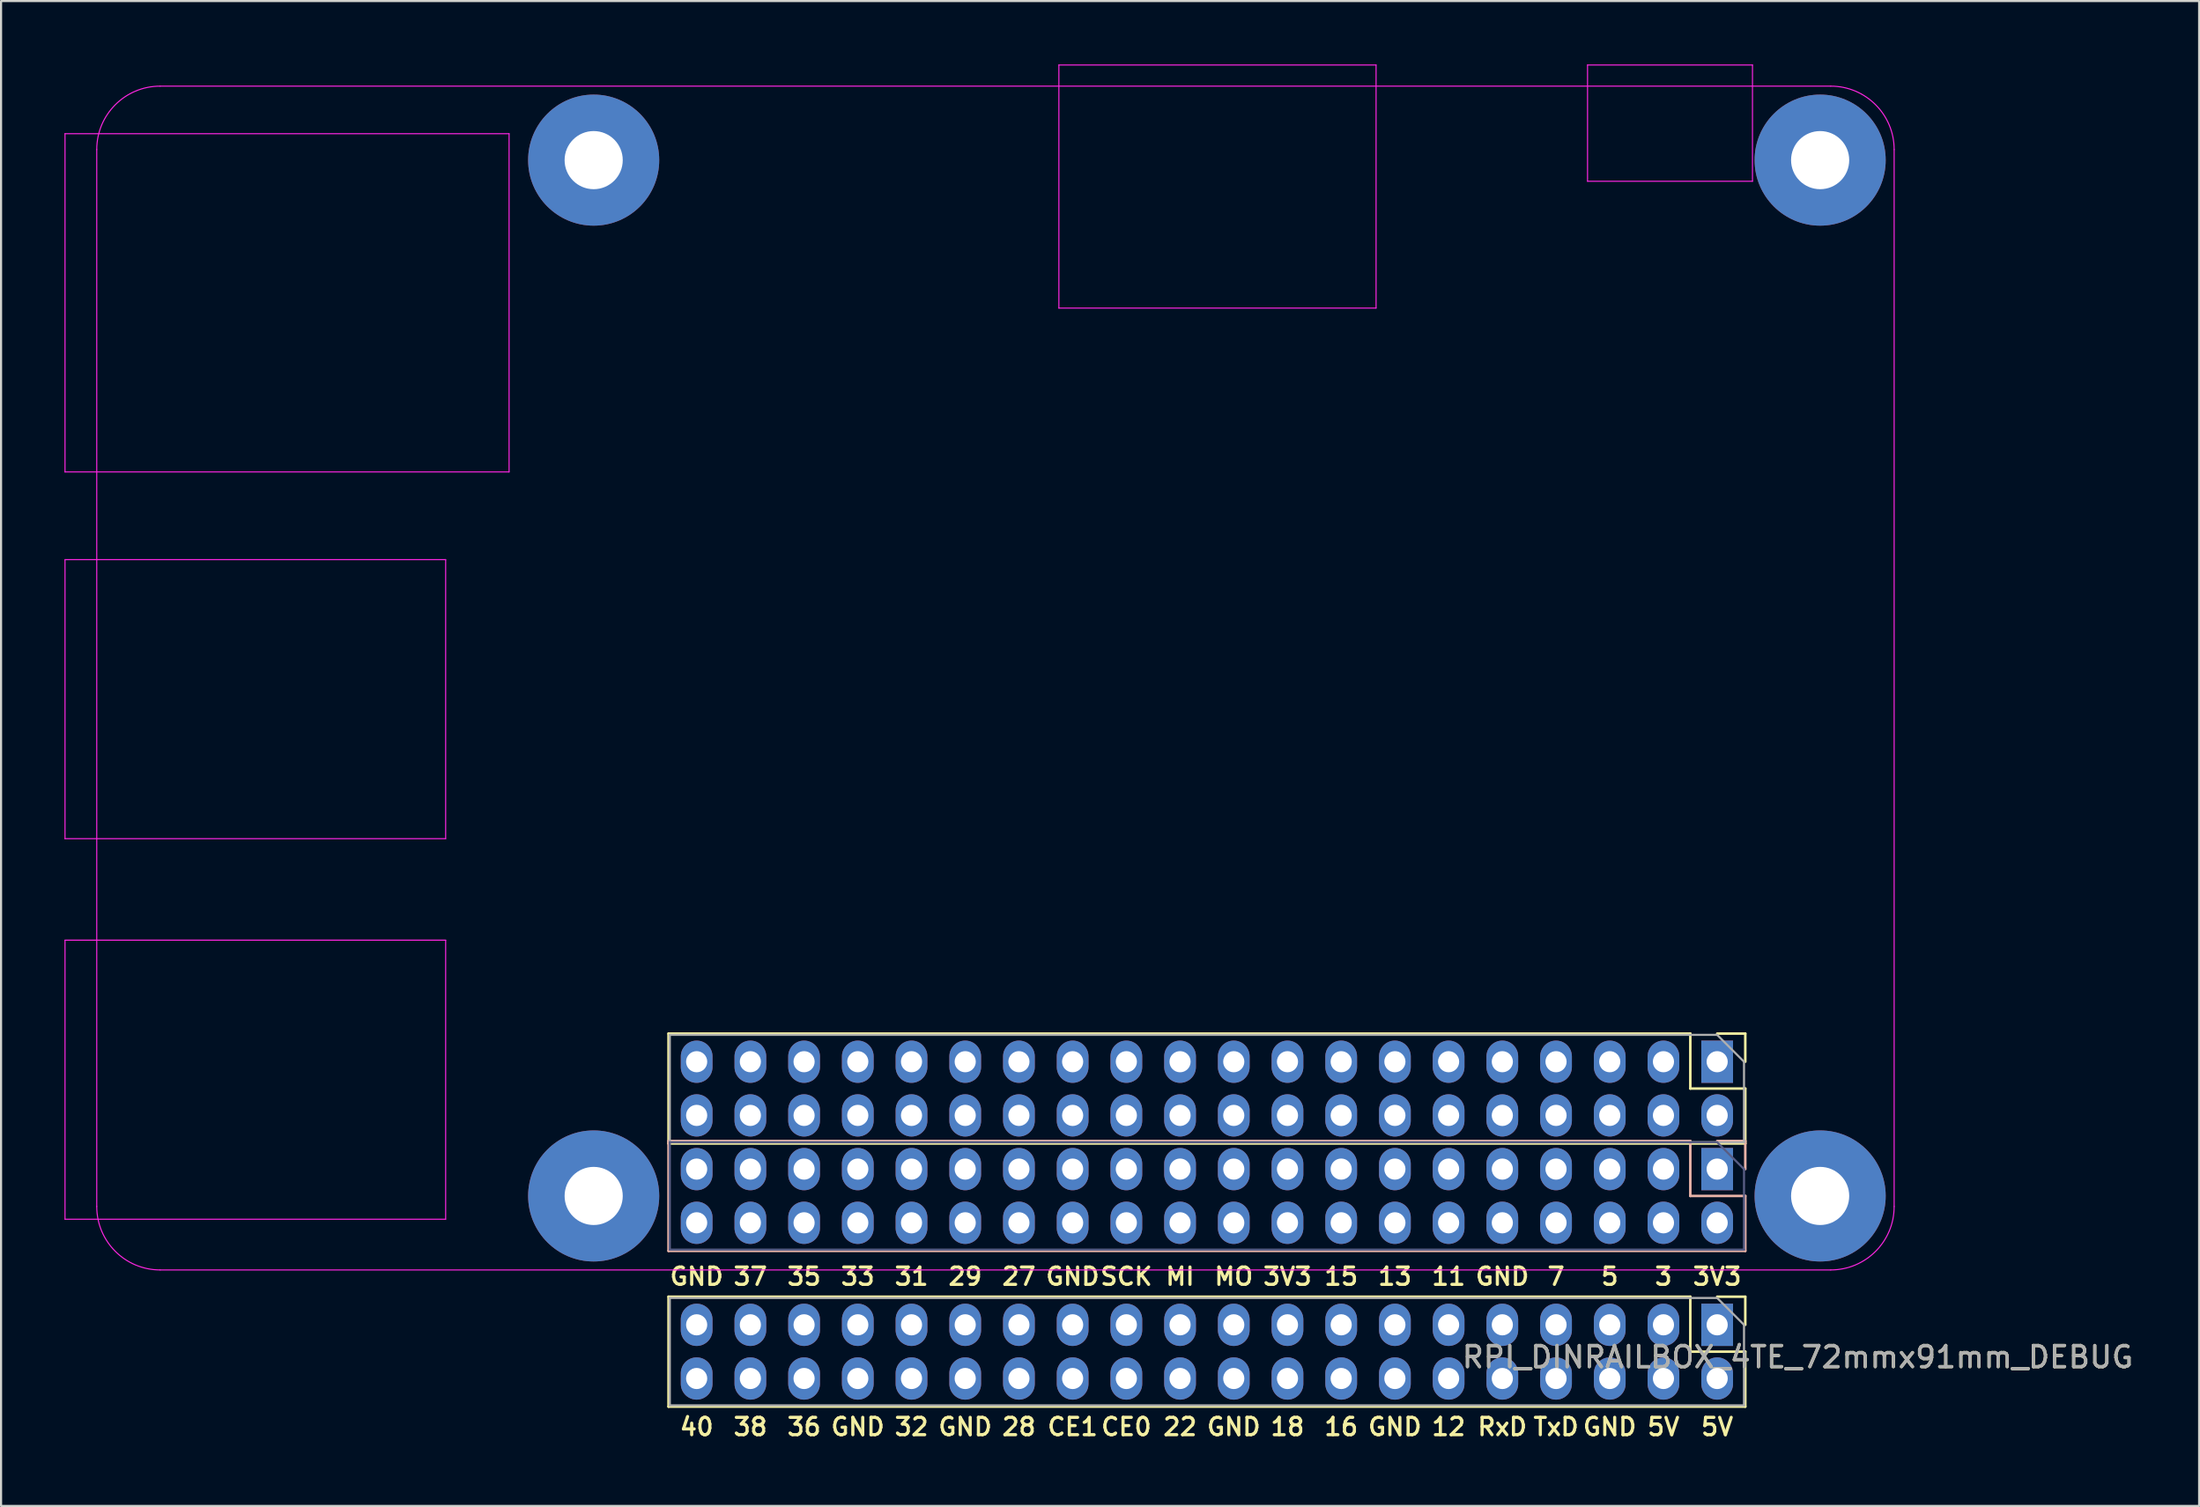
<source format=kicad_pcb>
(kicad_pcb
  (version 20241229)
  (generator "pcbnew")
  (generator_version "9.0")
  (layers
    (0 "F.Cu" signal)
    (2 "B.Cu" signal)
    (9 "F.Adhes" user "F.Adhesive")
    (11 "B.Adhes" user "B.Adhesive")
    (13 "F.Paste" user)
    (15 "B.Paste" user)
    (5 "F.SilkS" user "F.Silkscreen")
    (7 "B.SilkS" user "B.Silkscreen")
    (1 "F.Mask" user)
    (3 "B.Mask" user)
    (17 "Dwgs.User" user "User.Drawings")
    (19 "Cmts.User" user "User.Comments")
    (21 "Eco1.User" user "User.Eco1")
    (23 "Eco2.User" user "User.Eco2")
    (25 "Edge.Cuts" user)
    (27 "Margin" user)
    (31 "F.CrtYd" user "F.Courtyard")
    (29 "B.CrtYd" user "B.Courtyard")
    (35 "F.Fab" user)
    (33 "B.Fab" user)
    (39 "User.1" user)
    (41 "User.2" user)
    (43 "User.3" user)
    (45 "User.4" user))
  (footprint "RPI_DINRAILBOX_4TE_72mmx91mm_DEBUG"
    (layer "F.Cu")
    (at 78.155 52.255)
    (property "Reference" "RPI_DINRAILBOX_4TE_72mmx91mm_DEBUG" (at 3.81 8.89 0) (layer "F.SilkS") (effects (font (size 1 1) (thickness 0.15))))
    (attr through_hole)
    (fp_line (start -49.59 -6.41) (end -49.59 -1.21) (stroke (width 0.12) (type solid)) (layer "F.SilkS"))
    (fp_line (start -49.59 6.036) (end -49.59 11.236) (stroke (width 0.12) (type solid)) (layer "F.SilkS"))
    (fp_line (start -1.27 -6.41) (end -49.59 -6.41) (stroke (width 0.12) (type solid)) (layer "F.SilkS"))
    (fp_line (start -1.27 -6.41) (end -1.27 -3.81) (stroke (width 0.12) (type solid)) (layer "F.SilkS"))
    (fp_line (start -1.27 -3.81) (end 1.33 -3.81) (stroke (width 0.12) (type solid)) (layer "F.SilkS"))
    (fp_line (start -1.27 6.036) (end -49.59 6.036) (stroke (width 0.12) (type solid)) (layer "F.SilkS"))
    (fp_line (start -1.27 6.036) (end -1.27 8.636) (stroke (width 0.12) (type solid)) (layer "F.SilkS"))
    (fp_line (start -1.27 8.636) (end 1.33 8.636) (stroke (width 0.12) (type solid)) (layer "F.SilkS"))
    (fp_line (start 0 -6.41) (end 1.33 -6.41) (stroke (width 0.12) (type solid)) (layer "F.SilkS"))
    (fp_line (start 0 6.036) (end 1.33 6.036) (stroke (width 0.12) (type solid)) (layer "F.SilkS"))
    (fp_line (start 1.33 -6.41) (end 1.33 -5.08) (stroke (width 0.12) (type solid)) (layer "F.SilkS"))
    (fp_line (start 1.33 -3.81) (end 1.33 -1.21) (stroke (width 0.12) (type solid)) (layer "F.SilkS"))
    (fp_line (start 1.33 -1.21) (end -49.59 -1.21) (stroke (width 0.12) (type solid)) (layer "F.SilkS"))
    (fp_line (start 1.33 6.036) (end 1.33 7.366) (stroke (width 0.12) (type solid)) (layer "F.SilkS"))
    (fp_line (start 1.33 8.636) (end 1.33 11.236) (stroke (width 0.12) (type solid)) (layer "F.SilkS"))
    (fp_line (start 1.33 11.236) (end -49.59 11.236) (stroke (width 0.12) (type solid)) (layer "F.SilkS"))
    (fp_line (start -49.59 -1.33) (end -49.59 3.87) (stroke (width 0.12) (type solid)) (layer "B.SilkS"))
    (fp_line (start -1.27 -1.33) (end -49.59 -1.33) (stroke (width 0.12) (type solid)) (layer "B.SilkS"))
    (fp_line (start -1.27 -1.33) (end -1.27 1.27) (stroke (width 0.12) (type solid)) (layer "B.SilkS"))
    (fp_line (start -1.27 1.27) (end 1.33 1.27) (stroke (width 0.12) (type solid)) (layer "B.SilkS"))
    (fp_line (start 0 -1.33) (end 1.33 -1.33) (stroke (width 0.12) (type solid)) (layer "B.SilkS"))
    (fp_line (start 1.33 -1.33) (end 1.33 0) (stroke (width 0.12) (type solid)) (layer "B.SilkS"))
    (fp_line (start 1.33 1.27) (end 1.33 3.87) (stroke (width 0.12) (type solid)) (layer "B.SilkS"))
    (fp_line (start 1.33 3.87) (end -49.59 3.87) (stroke (width 0.12) (type solid)) (layer "B.SilkS"))
    (fp_line (start -78.13 -48.98) (end -78.13 -32.98) (stroke (width 0.05) (type solid)) (layer "F.CrtYd"))
    (fp_line (start -78.13 -32.98) (end -57.13 -32.98) (stroke (width 0.05) (type solid)) (layer "F.CrtYd"))
    (fp_line (start -78.13 -28.83) (end -78.13 -15.63) (stroke (width 0.05) (type solid)) (layer "F.CrtYd"))
    (fp_line (start -78.13 -10.83) (end -78.13 2.37) (stroke (width 0.05) (type solid)) (layer "F.CrtYd"))
    (fp_line (start -76.63 -48.23) (end -76.63 1.77) (stroke (width 0.05) (type solid)) (layer "F.CrtYd"))
    (fp_line (start -73.63 4.77) (end 5.37 4.77) (stroke (width 0.05) (type solid)) (layer "F.CrtYd"))
    (fp_line (start -60.13 -28.83) (end -78.13 -28.83) (stroke (width 0.05) (type solid)) (layer "F.CrtYd"))
    (fp_line (start -60.13 -28.83) (end -60.13 -15.63) (stroke (width 0.05) (type solid)) (layer "F.CrtYd"))
    (fp_line (start -60.13 -15.63) (end -78.13 -15.63) (stroke (width 0.05) (type solid)) (layer "F.CrtYd"))
    (fp_line (start -60.13 -10.83) (end -78.13 -10.83) (stroke (width 0.05) (type solid)) (layer "F.CrtYd"))
    (fp_line (start -60.13 -10.83) (end -60.13 2.37) (stroke (width 0.05) (type solid)) (layer "F.CrtYd"))
    (fp_line (start -60.13 2.37) (end -78.13 2.37) (stroke (width 0.05) (type solid)) (layer "F.CrtYd"))
    (fp_line (start -57.13 -48.98) (end -78.13 -48.98) (stroke (width 0.05) (type solid)) (layer "F.CrtYd"))
    (fp_line (start -57.13 -48.98) (end -57.13 -32.98) (stroke (width 0.05) (type solid)) (layer "F.CrtYd"))
    (fp_line (start -31.13 -52.23) (end -31.13 -40.73) (stroke (width 0.05) (type solid)) (layer "F.CrtYd"))
    (fp_line (start -16.13 -52.23) (end -31.13 -52.23) (stroke (width 0.05) (type solid)) (layer "F.CrtYd"))
    (fp_line (start -16.13 -52.23) (end -16.13 -40.73) (stroke (width 0.05) (type solid)) (layer "F.CrtYd"))
    (fp_line (start -16.13 -40.73) (end -31.13 -40.73) (stroke (width 0.05) (type solid)) (layer "F.CrtYd"))
    (fp_line (start -6.13 -52.23) (end -6.13 -46.73) (stroke (width 0.05) (type solid)) (layer "F.CrtYd"))
    (fp_line (start 1.67 -52.23) (end -6.13 -52.23) (stroke (width 0.05) (type solid)) (layer "F.CrtYd"))
    (fp_line (start 1.67 -52.23) (end 1.67 -46.73) (stroke (width 0.05) (type solid)) (layer "F.CrtYd"))
    (fp_line (start 1.67 -46.73) (end -6.13 -46.73) (stroke (width 0.05) (type solid)) (layer "F.CrtYd"))
    (fp_line (start 5.37 -51.23) (end -73.63 -51.23) (stroke (width 0.05) (type solid)) (layer "F.CrtYd"))
    (fp_line (start 8.37 1.77) (end 8.37 -48.23) (stroke (width 0.05) (type solid)) (layer "F.CrtYd"))
    (fp_arc (start -76.63 -48.23) (mid -75.75132 -50.35132) (end -73.63 -51.23) (stroke (width 0.05) (type solid)) (layer "F.CrtYd"))
    (fp_arc (start -73.63 4.77) (mid -75.75132 3.89132) (end -76.63 1.77) (stroke (width 0.05) (type solid)) (layer "F.CrtYd"))
    (fp_arc (start 5.37 -51.23) (mid 7.49132 -50.35132) (end 8.37 -48.23) (stroke (width 0.05) (type solid)) (layer "F.CrtYd"))
    (fp_arc (start 8.37 1.77) (mid 7.49132 3.89132) (end 5.37 4.77) (stroke (width 0.05) (type solid)) (layer "F.CrtYd"))
    (fp_line (start -49.53 -1.27) (end 0 -1.27) (stroke (width 0.1) (type solid)) (layer "B.Fab"))
    (fp_line (start -49.53 3.81) (end -49.53 -1.27) (stroke (width 0.1) (type solid)) (layer "B.Fab"))
    (fp_line (start 0 -1.27) (end 1.27 0) (stroke (width 0.1) (type solid)) (layer "B.Fab"))
    (fp_line (start 1.27 0) (end 1.27 3.81) (stroke (width 0.1) (type solid)) (layer "B.Fab"))
    (fp_line (start 1.27 3.81) (end -49.53 3.81) (stroke (width 0.1) (type solid)) (layer "B.Fab"))
    (fp_line (start -49.53 -6.35) (end 0 -6.35) (stroke (width 0.1) (type solid)) (layer "F.Fab"))
    (fp_line (start -49.53 -1.27) (end -49.53 -6.35) (stroke (width 0.1) (type solid)) (layer "F.Fab"))
    (fp_line (start -49.53 6.096) (end 0 6.096) (stroke (width 0.1) (type solid)) (layer "F.Fab"))
    (fp_line (start -49.53 11.176) (end -49.53 6.096) (stroke (width 0.1) (type solid)) (layer "F.Fab"))
    (fp_line (start 0 -6.35) (end 1.27 -5.08) (stroke (width 0.1) (type solid)) (layer "F.Fab"))
    (fp_line (start 0 6.096) (end 1.27 7.366) (stroke (width 0.1) (type solid)) (layer "F.Fab"))
    (fp_line (start 1.27 -5.08) (end 1.27 -1.27) (stroke (width 0.1) (type solid)) (layer "F.Fab"))
    (fp_line (start 1.27 -1.27) (end -49.53 -1.27) (stroke (width 0.1) (type solid)) (layer "F.Fab"))
    (fp_line (start 1.27 7.366) (end 1.27 11.176) (stroke (width 0.1) (type solid)) (layer "F.Fab"))
    (fp_line (start 1.27 11.176) (end -49.53 11.176) (stroke (width 0.1) (type solid)) (layer "F.Fab"))
    (fp_text user "GND" (at -5.08 12.192 0) (layer "F.SilkS") (effects (font (size 0.82 0.82) (thickness 0.15))))
    (fp_text user "GND" (at -10.16 5.08 0) (layer "F.SilkS") (effects (font (size 0.82 0.82) (thickness 0.15))))
    (fp_text user "3V3" (at 0 5.08 0) (layer "F.SilkS") (effects (font (size 0.82 0.82) (thickness 0.15))))
    (fp_text user "35" (at -43.18 5.08 0) (layer "F.SilkS") (effects (font (size 0.82 0.82) (thickness 0.15))))
    (fp_text user "15" (at -17.78 5.08 0) (layer "F.SilkS") (effects (font (size 0.82 0.82) (thickness 0.15))))
    (fp_text user "40" (at -48.26 12.192 0) (layer "F.SilkS") (effects (font (size 0.82 0.82) (thickness 0.15))))
    (fp_text user "29" (at -35.56 5.08 0) (layer "F.SilkS") (effects (font (size 0.82 0.82) (thickness 0.15))))
    (fp_text user "CE1" (at -30.48 12.192 0) (layer "F.SilkS") (effects (font (size 0.82 0.82) (thickness 0.15))))
    (fp_text user "SCK" (at -27.94 5.08 0) (layer "F.SilkS") (effects (font (size 0.82 0.82) (thickness 0.15))))
    (fp_text user "GND" (at -30.48 5.08 0) (layer "F.SilkS") (effects (font (size 0.82 0.82) (thickness 0.15))))
    (fp_text user "31" (at -38.1 5.08 0) (layer "F.SilkS") (effects (font (size 0.82 0.82) (thickness 0.15))))
    (fp_text user "MI" (at -25.4 5.08 0) (layer "F.SilkS") (effects (font (size 0.82 0.82) (thickness 0.15))))
    (fp_text user "16" (at -17.78 12.192 0) (layer "F.SilkS") (effects (font (size 0.82 0.82) (thickness 0.15))))
    (fp_text user "GND" (at -48.26 5.08 0) (layer "F.SilkS") (effects (font (size 0.82 0.82) (thickness 0.15))))
    (fp_text user "CE0" (at -27.94 12.192 0) (layer "F.SilkS") (effects (font (size 0.82 0.82) (thickness 0.15))))
    (fp_text user "7" (at -7.62 5.08 0) (layer "F.SilkS") (effects (font (size 0.82 0.82) (thickness 0.15))))
    (fp_text user "5" (at -5.08 5.08 0) (layer "F.SilkS") (effects (font (size 0.82 0.82) (thickness 0.15))))
    (fp_text user "36" (at -43.18 12.192 0) (layer "F.SilkS") (effects (font (size 0.82 0.82) (thickness 0.15))))
    (fp_text user "RxD" (at -10.16 12.192 0) (layer "F.SilkS") (effects (font (size 0.82 0.82) (thickness 0.15))))
    (fp_text user "3V3" (at -20.32 5.08 0) (layer "F.SilkS") (effects (font (size 0.82 0.82) (thickness 0.15))))
    (fp_text user "GND" (at -35.56 12.192 0) (layer "F.SilkS") (effects (font (size 0.82 0.82) (thickness 0.15))))
    (fp_text user "3" (at -2.54 5.08 0) (layer "F.SilkS") (effects (font (size 0.82 0.82) (thickness 0.15))))
    (fp_text user "18" (at -20.32 12.192 0) (layer "F.SilkS") (effects (font (size 0.82 0.82) (thickness 0.15))))
    (fp_text user "GND" (at -40.64 12.192 0) (layer "F.SilkS") (effects (font (size 0.82 0.82) (thickness 0.15))))
    (fp_text user "37" (at -45.72 5.08 0) (layer "F.SilkS") (effects (font (size 0.82 0.82) (thickness 0.15))))
    (fp_text user "5V" (at -2.54 12.192 0) (layer "F.SilkS") (effects (font (size 0.82 0.82) (thickness 0.15))))
    (fp_text user "32" (at -38.1 12.192 0) (layer "F.SilkS") (effects (font (size 0.82 0.82) (thickness 0.15))))
    (fp_text user "12" (at -12.7 12.192 0) (layer "F.SilkS") (effects (font (size 0.82 0.82) (thickness 0.15))))
    (fp_text user "GND" (at -22.86 12.192 0) (layer "F.SilkS") (effects (font (size 0.82 0.82) (thickness 0.15))))
    (fp_text user "27" (at -33.02 5.08 0) (layer "F.SilkS") (effects (font (size 0.82 0.82) (thickness 0.15))))
    (fp_text user "22" (at -25.4 12.192 0) (layer "F.SilkS") (effects (font (size 0.82 0.82) (thickness 0.15))))
    (fp_text user "13" (at -15.24 5.08 0) (layer "F.SilkS") (effects (font (size 0.82 0.82) (thickness 0.15))))
    (fp_text user "38" (at -45.72 12.192 0) (layer "F.SilkS") (effects (font (size 0.82 0.82) (thickness 0.15))))
    (fp_text user "28" (at -33.02 12.192 0) (layer "F.SilkS") (effects (font (size 0.82 0.82) (thickness 0.15))))
    (fp_text user "5V" (at 0 12.192 0) (layer "F.SilkS") (effects (font (size 0.82 0.82) (thickness 0.15))))
    (fp_text user "33" (at -40.64 5.08 0) (layer "F.SilkS") (effects (font (size 0.82 0.82) (thickness 0.15))))
    (fp_text user "11" (at -12.7 5.08 0) (layer "F.SilkS") (effects (font (size 0.82 0.82) (thickness 0.15))))
    (fp_text user "TxD" (at -7.62 12.192 0) (layer "F.SilkS") (effects (font (size 0.82 0.82) (thickness 0.15))))
    (fp_text user "MO" (at -22.86 5.08 0) (layer "F.SilkS") (effects (font (size 0.82 0.82) (thickness 0.15))))
    (fp_text user "GND" (at -15.24 12.192 0) (layer "F.SilkS") (effects (font (size 0.82 0.82) (thickness 0.15))))
    (fp_text user "${REFERENCE}" (at 3.81 8.89 0) (layer "F.Fab") (effects (font (size 1 1) (thickness 0.15))))
    (pad "" np_thru_hole circle (at -53.13 -47.73) (size 6.2 6.2) (drill 2.75) (layers "*.Cu" "*.Mask"))
    (pad "" np_thru_hole circle (at -53.13 1.27) (size 6.2 6.2) (drill 2.75) (layers "*.Cu" "*.Mask"))
    (pad "" np_thru_hole circle (at 4.87 -47.73) (size 6.2 6.2) (drill 2.75) (layers "*.Cu" "*.Mask"))
    (pad "" np_thru_hole circle (at 4.87 1.27) (size 6.2 6.2) (drill 2.75) (layers "*.Cu" "*.Mask"))
    (pad "1" thru_hole rect (at 0 -5.08) (size 1.5 2) (drill 1) (layers "*.Cu" "*.Mask"))
    (pad "1" thru_hole rect (at 0 0) (size 1.5 2) (drill 1) (layers "*.Cu" "*.Mask"))
    (pad "1" thru_hole rect (at 0 7.366) (size 1.5 2) (drill 1) (layers "*.Cu" "*.Mask"))
    (pad "2" thru_hole oval (at 0 -2.54) (size 1.5 2) (drill 1) (layers "*.Cu" "*.Mask"))
    (pad "2" thru_hole oval (at 0 2.54) (size 1.5 2) (drill 1) (layers "*.Cu" "*.Mask"))
    (pad "2" thru_hole oval (at 0 9.906) (size 1.5 2) (drill 1) (layers "*.Cu" "*.Mask"))
    (pad "3" thru_hole oval (at -2.54 -5.08) (size 1.5 2) (drill 1) (layers "*.Cu" "*.Mask"))
    (pad "3" thru_hole oval (at -2.54 0) (size 1.5 2) (drill 1) (layers "*.Cu" "*.Mask"))
    (pad "3" thru_hole oval (at -2.54 7.366) (size 1.5 2) (drill 1) (layers "*.Cu" "*.Mask"))
    (pad "4" thru_hole oval (at -2.54 -2.54) (size 1.5 2) (drill 1) (layers "*.Cu" "*.Mask"))
    (pad "4" thru_hole oval (at -2.54 2.54) (size 1.5 2) (drill 1) (layers "*.Cu" "*.Mask"))
    (pad "4" thru_hole oval (at -2.54 9.906) (size 1.5 2) (drill 1) (layers "*.Cu" "*.Mask"))
    (pad "5" thru_hole oval (at -5.08 -5.08) (size 1.5 2) (drill 1) (layers "*.Cu" "*.Mask"))
    (pad "5" thru_hole oval (at -5.08 0) (size 1.5 2) (drill 1) (layers "*.Cu" "*.Mask"))
    (pad "5" thru_hole oval (at -5.08 7.366) (size 1.5 2) (drill 1) (layers "*.Cu" "*.Mask"))
    (pad "6" thru_hole oval (at -5.08 -2.54) (size 1.5 2) (drill 1) (layers "*.Cu" "*.Mask"))
    (pad "6" thru_hole oval (at -5.08 2.54) (size 1.5 2) (drill 1) (layers "*.Cu" "*.Mask"))
    (pad "6" thru_hole oval (at -5.08 9.906) (size 1.5 2) (drill 1) (layers "*.Cu" "*.Mask"))
    (pad "7" thru_hole oval (at -7.62 -5.08) (size 1.5 2) (drill 1) (layers "*.Cu" "*.Mask"))
    (pad "7" thru_hole oval (at -7.62 0) (size 1.5 2) (drill 1) (layers "*.Cu" "*.Mask"))
    (pad "7" thru_hole oval (at -7.62 7.366) (size 1.5 2) (drill 1) (layers "*.Cu" "*.Mask"))
    (pad "8" thru_hole oval (at -7.62 -2.54) (size 1.5 2) (drill 1) (layers "*.Cu" "*.Mask"))
    (pad "8" thru_hole oval (at -7.62 2.54) (size 1.5 2) (drill 1) (layers "*.Cu" "*.Mask"))
    (pad "8" thru_hole oval (at -7.62 9.906) (size 1.5 2) (drill 1) (layers "*.Cu" "*.Mask"))
    (pad "9" thru_hole oval (at -10.16 -5.08) (size 1.5 2) (drill 1) (layers "*.Cu" "*.Mask"))
    (pad "9" thru_hole oval (at -10.16 0) (size 1.5 2) (drill 1) (layers "*.Cu" "*.Mask"))
    (pad "9" thru_hole oval (at -10.16 7.366) (size 1.5 2) (drill 1) (layers "*.Cu" "*.Mask"))
    (pad "10" thru_hole oval (at -10.16 -2.54) (size 1.5 2) (drill 1) (layers "*.Cu" "*.Mask"))
    (pad "10" thru_hole oval (at -10.16 2.54) (size 1.5 2) (drill 1) (layers "*.Cu" "*.Mask"))
    (pad "10" thru_hole oval (at -10.16 9.906) (size 1.5 2) (drill 1) (layers "*.Cu" "*.Mask"))
    (pad "11" thru_hole oval (at -12.7 -5.08) (size 1.5 2) (drill 1) (layers "*.Cu" "*.Mask"))
    (pad "11" thru_hole oval (at -12.7 0) (size 1.5 2) (drill 1) (layers "*.Cu" "*.Mask"))
    (pad "11" thru_hole oval (at -12.7 7.366) (size 1.5 2) (drill 1) (layers "*.Cu" "*.Mask"))
    (pad "12" thru_hole oval (at -12.7 -2.54) (size 1.5 2) (drill 1) (layers "*.Cu" "*.Mask"))
    (pad "12" thru_hole oval (at -12.7 2.54) (size 1.5 2) (drill 1) (layers "*.Cu" "*.Mask"))
    (pad "12" thru_hole oval (at -12.7 9.906) (size 1.5 2) (drill 1) (layers "*.Cu" "*.Mask"))
    (pad "13" thru_hole oval (at -15.24 -5.08) (size 1.5 2) (drill 1) (layers "*.Cu" "*.Mask"))
    (pad "13" thru_hole oval (at -15.24 0) (size 1.5 2) (drill 1) (layers "*.Cu" "*.Mask"))
    (pad "13" thru_hole oval (at -15.24 7.366) (size 1.5 2) (drill 1) (layers "*.Cu" "*.Mask"))
    (pad "14" thru_hole oval (at -15.24 -2.54) (size 1.5 2) (drill 1) (layers "*.Cu" "*.Mask"))
    (pad "14" thru_hole oval (at -15.24 2.54) (size 1.5 2) (drill 1) (layers "*.Cu" "*.Mask"))
    (pad "14" thru_hole oval (at -15.24 9.906) (size 1.5 2) (drill 1) (layers "*.Cu" "*.Mask"))
    (pad "15" thru_hole oval (at -17.78 -5.08) (size 1.5 2) (drill 1) (layers "*.Cu" "*.Mask"))
    (pad "15" thru_hole oval (at -17.78 0) (size 1.5 2) (drill 1) (layers "*.Cu" "*.Mask"))
    (pad "15" thru_hole oval (at -17.78 7.366) (size 1.5 2) (drill 1) (layers "*.Cu" "*.Mask"))
    (pad "16" thru_hole oval (at -17.78 -2.54) (size 1.5 2) (drill 1) (layers "*.Cu" "*.Mask"))
    (pad "16" thru_hole oval (at -17.78 2.54) (size 1.5 2) (drill 1) (layers "*.Cu" "*.Mask"))
    (pad "16" thru_hole oval (at -17.78 9.906) (size 1.5 2) (drill 1) (layers "*.Cu" "*.Mask"))
    (pad "17" thru_hole oval (at -20.32 -5.08) (size 1.5 2) (drill 1) (layers "*.Cu" "*.Mask"))
    (pad "17" thru_hole oval (at -20.32 0) (size 1.5 2) (drill 1) (layers "*.Cu" "*.Mask"))
    (pad "17" thru_hole oval (at -20.32 7.366) (size 1.5 2) (drill 1) (layers "*.Cu" "*.Mask"))
    (pad "18" thru_hole oval (at -20.32 -2.54) (size 1.5 2) (drill 1) (layers "*.Cu" "*.Mask"))
    (pad "18" thru_hole oval (at -20.32 2.54) (size 1.5 2) (drill 1) (layers "*.Cu" "*.Mask"))
    (pad "18" thru_hole oval (at -20.32 9.906) (size 1.5 2) (drill 1) (layers "*.Cu" "*.Mask"))
    (pad "19" thru_hole oval (at -22.86 -5.08) (size 1.5 2) (drill 1) (layers "*.Cu" "*.Mask"))
    (pad "19" thru_hole oval (at -22.86 0) (size 1.5 2) (drill 1) (layers "*.Cu" "*.Mask"))
    (pad "19" thru_hole oval (at -22.86 7.366) (size 1.5 2) (drill 1) (layers "*.Cu" "*.Mask"))
    (pad "20" thru_hole oval (at -22.86 -2.54) (size 1.5 2) (drill 1) (layers "*.Cu" "*.Mask"))
    (pad "20" thru_hole oval (at -22.86 2.54) (size 1.5 2) (drill 1) (layers "*.Cu" "*.Mask"))
    (pad "20" thru_hole oval (at -22.86 9.906) (size 1.5 2) (drill 1) (layers "*.Cu" "*.Mask"))
    (pad "21" thru_hole oval (at -25.4 -5.08) (size 1.5 2) (drill 1) (layers "*.Cu" "*.Mask"))
    (pad "21" thru_hole oval (at -25.4 0) (size 1.5 2) (drill 1) (layers "*.Cu" "*.Mask"))
    (pad "21" thru_hole oval (at -25.4 7.366) (size 1.5 2) (drill 1) (layers "*.Cu" "*.Mask"))
    (pad "22" thru_hole oval (at -25.4 -2.54) (size 1.5 2) (drill 1) (layers "*.Cu" "*.Mask"))
    (pad "22" thru_hole oval (at -25.4 2.54) (size 1.5 2) (drill 1) (layers "*.Cu" "*.Mask"))
    (pad "22" thru_hole oval (at -25.4 9.906) (size 1.5 2) (drill 1) (layers "*.Cu" "*.Mask"))
    (pad "23" thru_hole oval (at -27.94 -5.08) (size 1.5 2) (drill 1) (layers "*.Cu" "*.Mask"))
    (pad "23" thru_hole oval (at -27.94 0) (size 1.5 2) (drill 1) (layers "*.Cu" "*.Mask"))
    (pad "23" thru_hole oval (at -27.94 7.366) (size 1.5 2) (drill 1) (layers "*.Cu" "*.Mask"))
    (pad "24" thru_hole oval (at -27.94 -2.54) (size 1.5 2) (drill 1) (layers "*.Cu" "*.Mask"))
    (pad "24" thru_hole oval (at -27.94 2.54) (size 1.5 2) (drill 1) (layers "*.Cu" "*.Mask"))
    (pad "24" thru_hole oval (at -27.94 9.906) (size 1.5 2) (drill 1) (layers "*.Cu" "*.Mask"))
    (pad "25" thru_hole oval (at -30.48 -5.08) (size 1.5 2) (drill 1) (layers "*.Cu" "*.Mask"))
    (pad "25" thru_hole oval (at -30.48 0) (size 1.5 2) (drill 1) (layers "*.Cu" "*.Mask"))
    (pad "25" thru_hole oval (at -30.48 7.366) (size 1.5 2) (drill 1) (layers "*.Cu" "*.Mask"))
    (pad "26" thru_hole oval (at -30.48 -2.54) (size 1.5 2) (drill 1) (layers "*.Cu" "*.Mask"))
    (pad "26" thru_hole oval (at -30.48 2.54) (size 1.5 2) (drill 1) (layers "*.Cu" "*.Mask"))
    (pad "26" thru_hole oval (at -30.48 9.906) (size 1.5 2) (drill 1) (layers "*.Cu" "*.Mask"))
    (pad "27" thru_hole oval (at -33.02 -5.08) (size 1.5 2) (drill 1) (layers "*.Cu" "*.Mask"))
    (pad "27" thru_hole oval (at -33.02 0) (size 1.5 2) (drill 1) (layers "*.Cu" "*.Mask"))
    (pad "27" thru_hole oval (at -33.02 7.366) (size 1.5 2) (drill 1) (layers "*.Cu" "*.Mask"))
    (pad "28" thru_hole oval (at -33.02 -2.54) (size 1.5 2) (drill 1) (layers "*.Cu" "*.Mask"))
    (pad "28" thru_hole oval (at -33.02 2.54) (size 1.5 2) (drill 1) (layers "*.Cu" "*.Mask"))
    (pad "28" thru_hole oval (at -33.02 9.906) (size 1.5 2) (drill 1) (layers "*.Cu" "*.Mask"))
    (pad "29" thru_hole oval (at -35.56 -5.08) (size 1.5 2) (drill 1) (layers "*.Cu" "*.Mask"))
    (pad "29" thru_hole oval (at -35.56 0) (size 1.5 2) (drill 1) (layers "*.Cu" "*.Mask"))
    (pad "29" thru_hole oval (at -35.56 7.366) (size 1.5 2) (drill 1) (layers "*.Cu" "*.Mask"))
    (pad "30" thru_hole oval (at -35.56 -2.54) (size 1.5 2) (drill 1) (layers "*.Cu" "*.Mask"))
    (pad "30" thru_hole oval (at -35.56 2.54) (size 1.5 2) (drill 1) (layers "*.Cu" "*.Mask"))
    (pad "30" thru_hole oval (at -35.56 9.906) (size 1.5 2) (drill 1) (layers "*.Cu" "*.Mask"))
    (pad "31" thru_hole oval (at -38.1 -5.08) (size 1.5 2) (drill 1) (layers "*.Cu" "*.Mask"))
    (pad "31" thru_hole oval (at -38.1 0) (size 1.5 2) (drill 1) (layers "*.Cu" "*.Mask"))
    (pad "31" thru_hole oval (at -38.1 7.366) (size 1.5 2) (drill 1) (layers "*.Cu" "*.Mask"))
    (pad "32" thru_hole oval (at -38.1 -2.54) (size 1.5 2) (drill 1) (layers "*.Cu" "*.Mask"))
    (pad "32" thru_hole oval (at -38.1 2.54) (size 1.5 2) (drill 1) (layers "*.Cu" "*.Mask"))
    (pad "32" thru_hole oval (at -38.1 9.906) (size 1.5 2) (drill 1) (layers "*.Cu" "*.Mask"))
    (pad "33" thru_hole oval (at -40.64 -5.08) (size 1.5 2) (drill 1) (layers "*.Cu" "*.Mask"))
    (pad "33" thru_hole oval (at -40.64 0) (size 1.5 2) (drill 1) (layers "*.Cu" "*.Mask"))
    (pad "33" thru_hole oval (at -40.64 7.366) (size 1.5 2) (drill 1) (layers "*.Cu" "*.Mask"))
    (pad "34" thru_hole oval (at -40.64 -2.54) (size 1.5 2) (drill 1) (layers "*.Cu" "*.Mask"))
    (pad "34" thru_hole oval (at -40.64 2.54) (size 1.5 2) (drill 1) (layers "*.Cu" "*.Mask"))
    (pad "34" thru_hole oval (at -40.64 9.906) (size 1.5 2) (drill 1) (layers "*.Cu" "*.Mask"))
    (pad "35" thru_hole oval (at -43.18 -5.08) (size 1.5 2) (drill 1) (layers "*.Cu" "*.Mask"))
    (pad "35" thru_hole oval (at -43.18 0) (size 1.5 2) (drill 1) (layers "*.Cu" "*.Mask"))
    (pad "35" thru_hole oval (at -43.18 7.366) (size 1.5 2) (drill 1) (layers "*.Cu" "*.Mask"))
    (pad "36" thru_hole oval (at -43.18 -2.54) (size 1.5 2) (drill 1) (layers "*.Cu" "*.Mask"))
    (pad "36" thru_hole oval (at -43.18 2.54) (size 1.5 2) (drill 1) (layers "*.Cu" "*.Mask"))
    (pad "36" thru_hole oval (at -43.18 9.906) (size 1.5 2) (drill 1) (layers "*.Cu" "*.Mask"))
    (pad "37" thru_hole oval (at -45.72 -5.08) (size 1.5 2) (drill 1) (layers "*.Cu" "*.Mask"))
    (pad "37" thru_hole oval (at -45.72 0) (size 1.5 2) (drill 1) (layers "*.Cu" "*.Mask"))
    (pad "37" thru_hole oval (at -45.72 7.366) (size 1.5 2) (drill 1) (layers "*.Cu" "*.Mask"))
    (pad "38" thru_hole oval (at -45.72 -2.54) (size 1.5 2) (drill 1) (layers "*.Cu" "*.Mask"))
    (pad "38" thru_hole oval (at -45.72 2.54) (size 1.5 2) (drill 1) (layers "*.Cu" "*.Mask"))
    (pad "38" thru_hole oval (at -45.72 9.906) (size 1.5 2) (drill 1) (layers "*.Cu" "*.Mask"))
    (pad "39" thru_hole oval (at -48.26 -5.08) (size 1.5 2) (drill 1) (layers "*.Cu" "*.Mask"))
    (pad "39" thru_hole oval (at -48.26 0) (size 1.5 2) (drill 1) (layers "*.Cu" "*.Mask"))
    (pad "39" thru_hole oval (at -48.26 7.366) (size 1.5 2) (drill 1) (layers "*.Cu" "*.Mask"))
    (pad "40" thru_hole oval (at -48.26 -2.54) (size 1.5 2) (drill 1) (layers "*.Cu" "*.Mask"))
    (pad "40" thru_hole oval (at -48.26 2.54) (size 1.5 2) (drill 1) (layers "*.Cu" "*.Mask"))
    (pad "40" thru_hole oval (at -48.26 9.906) (size 1.5 2) (drill 1) (layers "*.Cu" "*.Mask")))
  (gr_rect
    (start -3 -3)
    (end 100.947 68.19)
    (stroke (width 0.1) (type default))
    (fill no)
    (layer "Edge.Cuts")))
</source>
